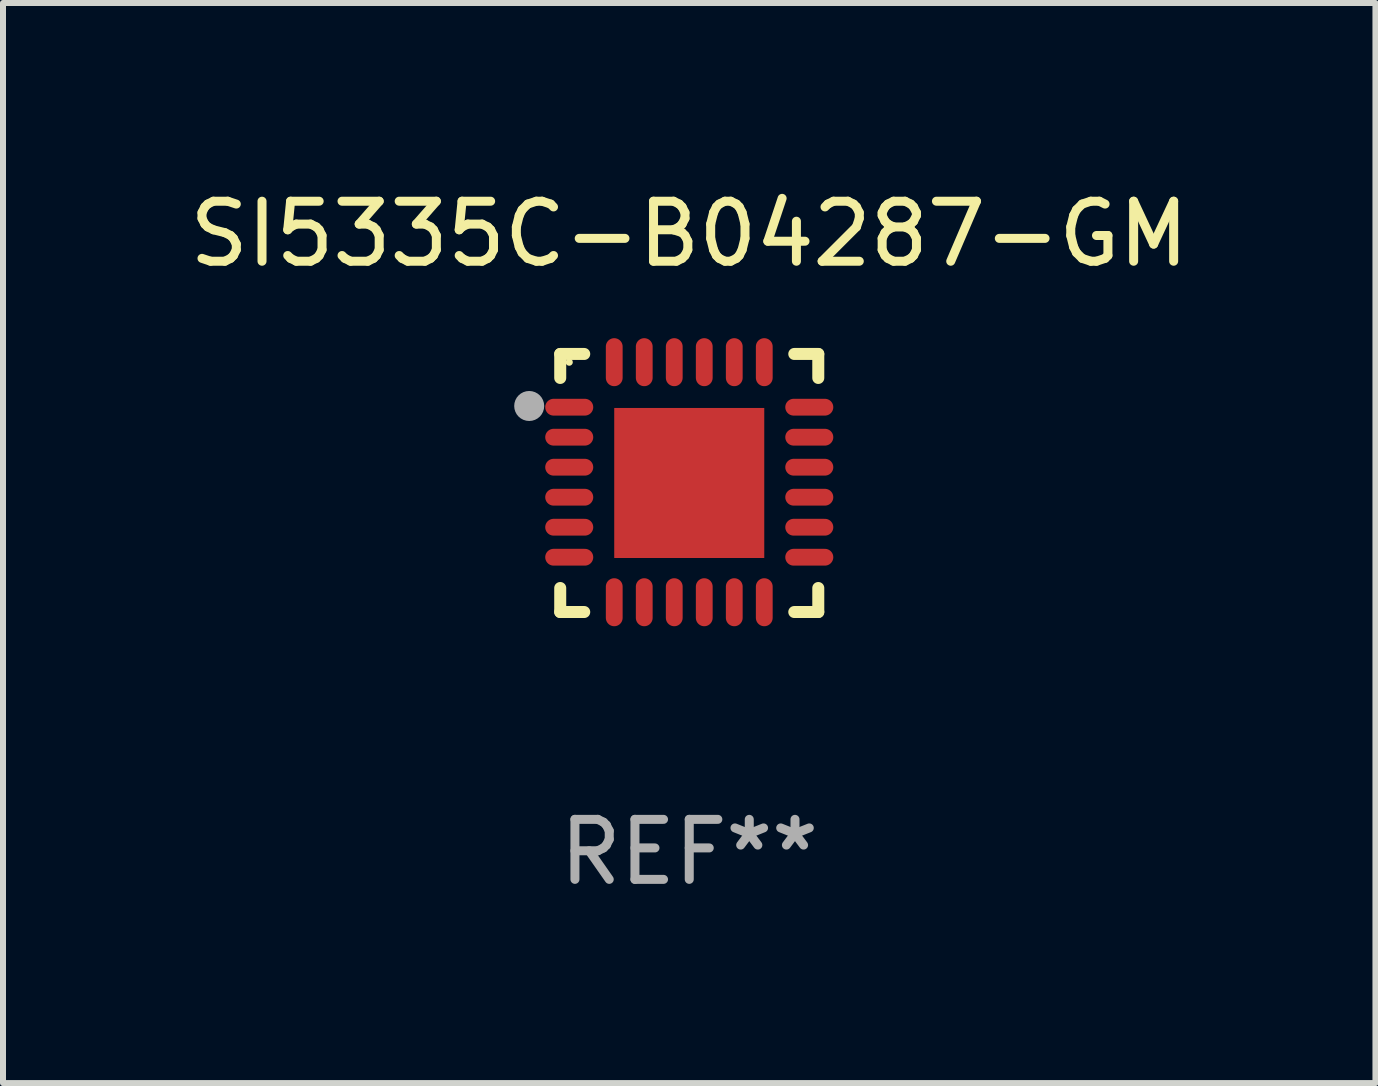
<source format=kicad_pcb>
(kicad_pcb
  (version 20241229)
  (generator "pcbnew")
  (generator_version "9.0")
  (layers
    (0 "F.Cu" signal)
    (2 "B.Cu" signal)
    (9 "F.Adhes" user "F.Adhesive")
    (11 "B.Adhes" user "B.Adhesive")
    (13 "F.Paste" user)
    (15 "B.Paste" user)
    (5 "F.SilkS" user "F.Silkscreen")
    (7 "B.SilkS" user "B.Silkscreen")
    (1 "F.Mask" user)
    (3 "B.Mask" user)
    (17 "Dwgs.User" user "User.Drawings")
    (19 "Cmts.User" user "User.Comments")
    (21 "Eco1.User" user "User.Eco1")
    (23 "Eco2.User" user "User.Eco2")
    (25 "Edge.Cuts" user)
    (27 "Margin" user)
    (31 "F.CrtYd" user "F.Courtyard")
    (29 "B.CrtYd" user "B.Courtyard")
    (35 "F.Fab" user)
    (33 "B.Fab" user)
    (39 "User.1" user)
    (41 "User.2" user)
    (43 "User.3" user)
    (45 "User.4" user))
  (footprint "SI5335C-B04287-GM"
    (layer "F.Cu")
    (at 8.435 4.998)
    (property "Reference" "SI5335C-B04287-GM" (at 0 -4.15 0) (layer "F.SilkS") (effects (font (size 1 1) (thickness 0.15))))
    (attr through_hole)
    (fp_line (start -2.15 -2.15) (end -1.75 -2.15) (stroke (width 0.2) (type solid)) (layer "F.SilkS"))
    (fp_line (start -2.15 -1.75) (end -2.15 -2.15) (stroke (width 0.2) (type solid)) (layer "F.SilkS"))
    (fp_line (start -2.15 2.15) (end -2.15 1.75) (stroke (width 0.2) (type solid)) (layer "F.SilkS"))
    (fp_line (start -1.75 2.15) (end -2.15 2.15) (stroke (width 0.2) (type solid)) (layer "F.SilkS"))
    (fp_line (start 1.75 -2.15) (end 2.15 -2.15) (stroke (width 0.2) (type solid)) (layer "F.SilkS"))
    (fp_line (start 1.75 2.15) (end 2.15 2.15) (stroke (width 0.2) (type solid)) (layer "F.SilkS"))
    (fp_line (start 2.15 -2.15) (end 2.15 -1.75) (stroke (width 0.2) (type solid)) (layer "F.SilkS"))
    (fp_line (start 2.15 2.15) (end 2.15 1.75) (stroke (width 0.2) (type solid)) (layer "F.SilkS"))
    (fp_circle (center -2 -2.013) (end -1.97 -2.013) (stroke (width 0.06) (type solid)) (fill no) (layer "F.SilkS"))
    (fp_circle (center -2.667 -1.283) (end -2.542 -1.283) (stroke (width 0.25) (type solid)) (fill no) (layer "F.Fab"))
    (fp_text user "REF**" (at 0 6.15 0) (layer "F.Fab") (effects (font (size 1 1) (thickness 0.15))))
    (pad "1" smd oval (at -2 -1.263) (size 0.8 0.28) (layers "F.Cu" "F.Mask" "F.Paste"))
    (pad "2" smd oval (at -2 -0.763) (size 0.8 0.28) (layers "F.Cu" "F.Mask" "F.Paste"))
    (pad "3" smd oval (at -2 -0.263) (size 0.8 0.28) (layers "F.Cu" "F.Mask" "F.Paste"))
    (pad "4" smd oval (at -2 0.237) (size 0.8 0.28) (layers "F.Cu" "F.Mask" "F.Paste"))
    (pad "5" smd oval (at -2 0.737) (size 0.8 0.28) (layers "F.Cu" "F.Mask" "F.Paste"))
    (pad "6" smd oval (at -2 1.237) (size 0.8 0.28) (layers "F.Cu" "F.Mask" "F.Paste"))
    (pad "7" smd oval (at -1.25 1.987) (size 0.28 0.8) (layers "F.Cu" "F.Mask" "F.Paste"))
    (pad "8" smd oval (at -0.75 1.987) (size 0.28 0.8) (layers "F.Cu" "F.Mask" "F.Paste"))
    (pad "9" smd oval (at -0.25 1.987) (size 0.28 0.8) (layers "F.Cu" "F.Mask" "F.Paste"))
    (pad "10" smd oval (at 0.25 1.987) (size 0.28 0.8) (layers "F.Cu" "F.Mask" "F.Paste"))
    (pad "11" smd oval (at 0.75 1.987) (size 0.28 0.8) (layers "F.Cu" "F.Mask" "F.Paste"))
    (pad "12" smd oval (at 1.25 1.987) (size 0.28 0.8) (layers "F.Cu" "F.Mask" "F.Paste"))
    (pad "13" smd oval (at 2 1.237) (size 0.8 0.28) (layers "F.Cu" "F.Mask" "F.Paste"))
    (pad "14" smd oval (at 2 0.737) (size 0.8 0.28) (layers "F.Cu" "F.Mask" "F.Paste"))
    (pad "15" smd oval (at 2 0.237) (size 0.8 0.28) (layers "F.Cu" "F.Mask" "F.Paste"))
    (pad "16" smd oval (at 2 -0.263) (size 0.8 0.28) (layers "F.Cu" "F.Mask" "F.Paste"))
    (pad "17" smd oval (at 2 -0.763) (size 0.8 0.28) (layers "F.Cu" "F.Mask" "F.Paste"))
    (pad "18" smd oval (at 2 -1.263) (size 0.8 0.28) (layers "F.Cu" "F.Mask" "F.Paste"))
    (pad "19" smd oval (at 1.25 -2.013) (size 0.28 0.8) (layers "F.Cu" "F.Mask" "F.Paste"))
    (pad "20" smd oval (at 0.75 -2.013) (size 0.28 0.8) (layers "F.Cu" "F.Mask" "F.Paste"))
    (pad "21" smd oval (at 0.25 -2.013) (size 0.28 0.8) (layers "F.Cu" "F.Mask" "F.Paste"))
    (pad "22" smd oval (at -0.25 -2.013) (size 0.28 0.8) (layers "F.Cu" "F.Mask" "F.Paste"))
    (pad "23" smd oval (at -0.75 -2.013) (size 0.28 0.8) (layers "F.Cu" "F.Mask" "F.Paste"))
    (pad "24" smd oval (at -1.25 -2.013) (size 0.28 0.8) (layers "F.Cu" "F.Mask" "F.Paste"))
    (pad "25" smd rect (at -0.000127 -0.00014) (size 2.5 2.5) (layers "F.Cu" "F.Mask" "F.Paste")))
  (gr_rect
    (start -3 -3)
    (end 19.869 14.997)
    (stroke (width 0.1) (type default))
    (fill no)
    (layer "Edge.Cuts")))
</source>
